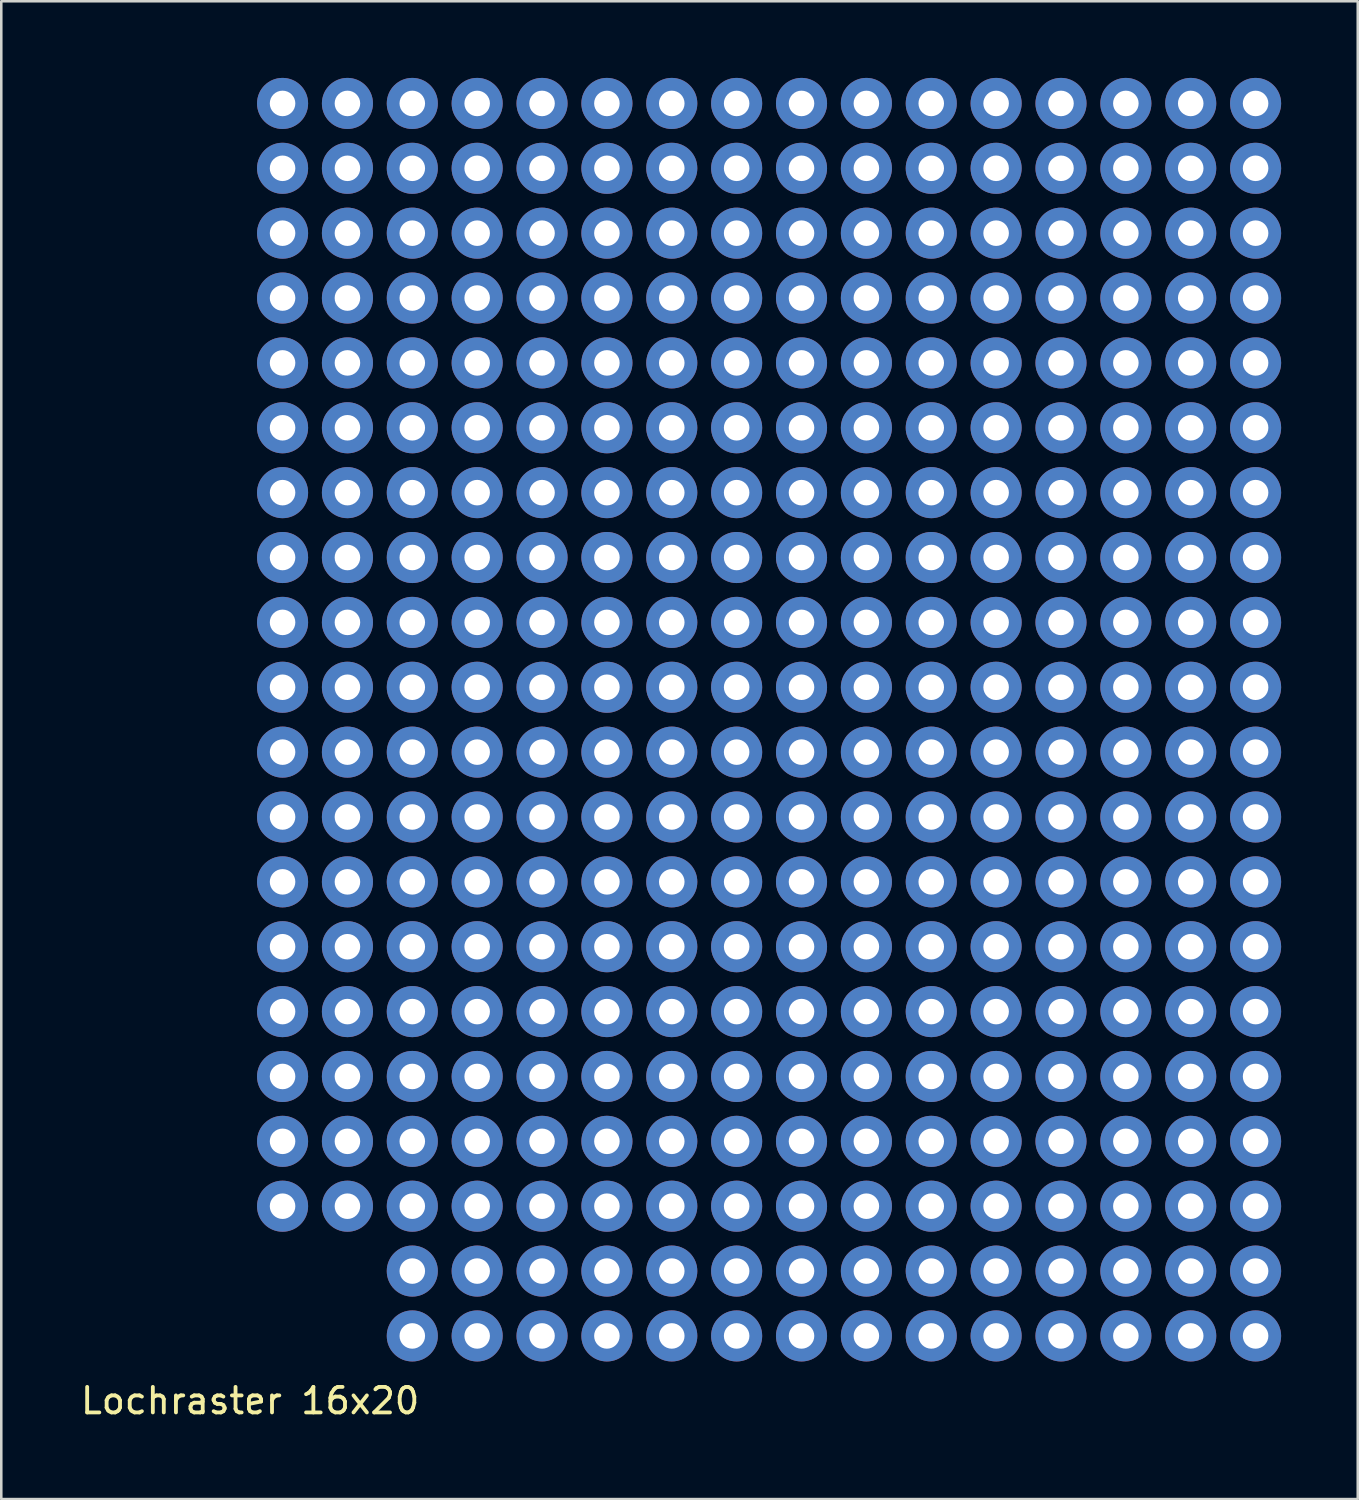
<source format=kicad_pcb>
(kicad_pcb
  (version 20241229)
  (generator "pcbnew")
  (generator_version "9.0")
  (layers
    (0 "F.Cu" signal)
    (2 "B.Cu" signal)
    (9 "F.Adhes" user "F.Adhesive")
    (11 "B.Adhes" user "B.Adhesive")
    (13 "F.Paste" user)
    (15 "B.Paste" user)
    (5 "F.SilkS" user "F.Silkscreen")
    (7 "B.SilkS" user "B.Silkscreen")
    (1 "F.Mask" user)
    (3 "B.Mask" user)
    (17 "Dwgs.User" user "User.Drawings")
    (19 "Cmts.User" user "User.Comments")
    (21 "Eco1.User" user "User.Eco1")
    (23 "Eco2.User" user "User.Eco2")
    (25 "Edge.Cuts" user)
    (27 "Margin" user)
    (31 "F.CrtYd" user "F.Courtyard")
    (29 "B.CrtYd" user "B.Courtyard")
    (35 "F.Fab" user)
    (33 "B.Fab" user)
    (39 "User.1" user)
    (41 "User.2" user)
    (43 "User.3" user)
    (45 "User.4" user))
  (footprint "Lochraster 16x20"
    (layer "F.Cu")
    (at 23.254 23.86)
    (property "Reference" "Lochraster 16x20" (at -16.51 27.94 0) (layer "F.SilkS") (effects (font (size 1 1) (thickness 0.15))))
    (attr through_hole)
    (pad "" thru_hole circle (at -15.24 -22.86) (size 2 2) (drill 1) (layers "*.Cu" "*.Mask"))
    (pad "" thru_hole circle (at -15.24 -20.32) (size 2 2) (drill 1) (layers "*.Cu" "*.Mask"))
    (pad "" thru_hole circle (at -15.24 -17.78) (size 2 2) (drill 1) (layers "*.Cu" "*.Mask"))
    (pad "" thru_hole circle (at -15.24 -15.24) (size 2 2) (drill 1) (layers "*.Cu" "*.Mask"))
    (pad "" thru_hole circle (at -15.24 -12.7) (size 2 2) (drill 1) (layers "*.Cu" "*.Mask"))
    (pad "" thru_hole circle (at -15.24 -10.16) (size 2 2) (drill 1) (layers "*.Cu" "*.Mask"))
    (pad "" thru_hole circle (at -15.24 -7.62) (size 2 2) (drill 1) (layers "*.Cu" "*.Mask"))
    (pad "" thru_hole circle (at -15.24 -5.08) (size 2 2) (drill 1) (layers "*.Cu" "*.Mask"))
    (pad "" thru_hole circle (at -15.24 -2.54) (size 2 2) (drill 1) (layers "*.Cu" "*.Mask"))
    (pad "" thru_hole circle (at -15.24 0) (size 2 2) (drill 1) (layers "*.Cu" "*.Mask"))
    (pad "" thru_hole circle (at -15.24 2.54) (size 2 2) (drill 1) (layers "*.Cu" "*.Mask"))
    (pad "" thru_hole circle (at -15.24 5.08) (size 2 2) (drill 1) (layers "*.Cu" "*.Mask"))
    (pad "" thru_hole circle (at -15.24 7.62) (size 2 2) (drill 1) (layers "*.Cu" "*.Mask"))
    (pad "" thru_hole circle (at -15.24 10.16) (size 2 2) (drill 1) (layers "*.Cu" "*.Mask"))
    (pad "" thru_hole circle (at -15.24 12.7) (size 2 2) (drill 1) (layers "*.Cu" "*.Mask"))
    (pad "" thru_hole circle (at -15.24 15.24) (size 2 2) (drill 1) (layers "*.Cu" "*.Mask"))
    (pad "" thru_hole circle (at -15.24 17.78) (size 2 2) (drill 1) (layers "*.Cu" "*.Mask"))
    (pad "" thru_hole circle (at -15.24 20.32) (size 2 2) (drill 1) (layers "*.Cu" "*.Mask"))
    (pad "" thru_hole circle (at -12.7 -22.86) (size 2 2) (drill 1) (layers "*.Cu" "*.Mask"))
    (pad "" thru_hole circle (at -12.7 -20.32) (size 2 2) (drill 1) (layers "*.Cu" "*.Mask"))
    (pad "" thru_hole circle (at -12.7 -17.78) (size 2 2) (drill 1) (layers "*.Cu" "*.Mask"))
    (pad "" thru_hole circle (at -12.7 -15.24) (size 2 2) (drill 1) (layers "*.Cu" "*.Mask"))
    (pad "" thru_hole circle (at -12.7 -12.7) (size 2 2) (drill 1) (layers "*.Cu" "*.Mask"))
    (pad "" thru_hole circle (at -12.7 -10.16) (size 2 2) (drill 1) (layers "*.Cu" "*.Mask"))
    (pad "" thru_hole circle (at -12.7 -7.62) (size 2 2) (drill 1) (layers "*.Cu" "*.Mask"))
    (pad "" thru_hole circle (at -12.7 -5.08) (size 2 2) (drill 1) (layers "*.Cu" "*.Mask"))
    (pad "" thru_hole circle (at -12.7 -2.54) (size 2 2) (drill 1) (layers "*.Cu" "*.Mask"))
    (pad "" thru_hole circle (at -12.7 0) (size 2 2) (drill 1) (layers "*.Cu" "*.Mask"))
    (pad "" thru_hole circle (at -12.7 2.54) (size 2 2) (drill 1) (layers "*.Cu" "*.Mask"))
    (pad "" thru_hole circle (at -12.7 5.08) (size 2 2) (drill 1) (layers "*.Cu" "*.Mask"))
    (pad "" thru_hole circle (at -12.7 7.62) (size 2 2) (drill 1) (layers "*.Cu" "*.Mask"))
    (pad "" thru_hole circle (at -12.7 10.16) (size 2 2) (drill 1) (layers "*.Cu" "*.Mask"))
    (pad "" thru_hole circle (at -12.7 12.7) (size 2 2) (drill 1) (layers "*.Cu" "*.Mask"))
    (pad "" thru_hole circle (at -12.7 15.24) (size 2 2) (drill 1) (layers "*.Cu" "*.Mask"))
    (pad "" thru_hole circle (at -12.7 17.78) (size 2 2) (drill 1) (layers "*.Cu" "*.Mask"))
    (pad "" thru_hole circle (at -12.7 20.32) (size 2 2) (drill 1) (layers "*.Cu" "*.Mask"))
    (pad "" thru_hole circle (at -10.16 -22.86) (size 2 2) (drill 1) (layers "*.Cu" "*.Mask"))
    (pad "" thru_hole circle (at -10.16 -20.32) (size 2 2) (drill 1) (layers "*.Cu" "*.Mask"))
    (pad "" thru_hole circle (at -10.16 -17.78) (size 2 2) (drill 1) (layers "*.Cu" "*.Mask"))
    (pad "" thru_hole circle (at -10.16 -15.24) (size 2 2) (drill 1) (layers "*.Cu" "*.Mask"))
    (pad "" thru_hole circle (at -10.16 -12.7) (size 2 2) (drill 1) (layers "*.Cu" "*.Mask"))
    (pad "" thru_hole circle (at -10.16 -10.16) (size 2 2) (drill 1) (layers "*.Cu" "*.Mask"))
    (pad "" thru_hole circle (at -10.16 -7.62) (size 2 2) (drill 1) (layers "*.Cu" "*.Mask"))
    (pad "" thru_hole circle (at -10.16 -5.08) (size 2 2) (drill 1) (layers "*.Cu" "*.Mask"))
    (pad "" thru_hole circle (at -10.16 -2.54) (size 2 2) (drill 1) (layers "*.Cu" "*.Mask"))
    (pad "" thru_hole circle (at -10.16 0) (size 2 2) (drill 1) (layers "*.Cu" "*.Mask"))
    (pad "" thru_hole circle (at -10.16 2.54) (size 2 2) (drill 1) (layers "*.Cu" "*.Mask"))
    (pad "" thru_hole circle (at -10.16 5.08) (size 2 2) (drill 1) (layers "*.Cu" "*.Mask"))
    (pad "" thru_hole circle (at -10.16 7.62) (size 2 2) (drill 1) (layers "*.Cu" "*.Mask"))
    (pad "" thru_hole circle (at -10.16 10.16) (size 2 2) (drill 1) (layers "*.Cu" "*.Mask"))
    (pad "" thru_hole circle (at -10.16 12.7) (size 2 2) (drill 1) (layers "*.Cu" "*.Mask"))
    (pad "" thru_hole circle (at -10.16 15.24) (size 2 2) (drill 1) (layers "*.Cu" "*.Mask"))
    (pad "" thru_hole circle (at -10.16 17.78) (size 2 2) (drill 1) (layers "*.Cu" "*.Mask"))
    (pad "" thru_hole circle (at -10.16 20.32) (size 2 2) (drill 1) (layers "*.Cu" "*.Mask"))
    (pad "" thru_hole circle (at -10.16 22.86) (size 2 2) (drill 1) (layers "*.Cu" "*.Mask"))
    (pad "" thru_hole circle (at -10.16 25.4) (size 2 2) (drill 1) (layers "*.Cu" "*.Mask"))
    (pad "" thru_hole circle (at -7.62 -22.86) (size 2 2) (drill 1) (layers "*.Cu" "*.Mask"))
    (pad "" thru_hole circle (at -7.62 -20.32) (size 2 2) (drill 1) (layers "*.Cu" "*.Mask"))
    (pad "" thru_hole circle (at -7.62 -17.78) (size 2 2) (drill 1) (layers "*.Cu" "*.Mask"))
    (pad "" thru_hole circle (at -7.62 -15.24) (size 2 2) (drill 1) (layers "*.Cu" "*.Mask"))
    (pad "" thru_hole circle (at -7.62 -12.7) (size 2 2) (drill 1) (layers "*.Cu" "*.Mask"))
    (pad "" thru_hole circle (at -7.62 -10.16) (size 2 2) (drill 1) (layers "*.Cu" "*.Mask"))
    (pad "" thru_hole circle (at -7.62 -7.62) (size 2 2) (drill 1) (layers "*.Cu" "*.Mask"))
    (pad "" thru_hole circle (at -7.62 -5.08) (size 2 2) (drill 1) (layers "*.Cu" "*.Mask"))
    (pad "" thru_hole circle (at -7.62 -2.54) (size 2 2) (drill 1) (layers "*.Cu" "*.Mask"))
    (pad "" thru_hole circle (at -7.62 0) (size 2 2) (drill 1) (layers "*.Cu" "*.Mask"))
    (pad "" thru_hole circle (at -7.62 2.54) (size 2 2) (drill 1) (layers "*.Cu" "*.Mask"))
    (pad "" thru_hole circle (at -7.62 5.08) (size 2 2) (drill 1) (layers "*.Cu" "*.Mask"))
    (pad "" thru_hole circle (at -7.62 7.62) (size 2 2) (drill 1) (layers "*.Cu" "*.Mask"))
    (pad "" thru_hole circle (at -7.62 10.16) (size 2 2) (drill 1) (layers "*.Cu" "*.Mask"))
    (pad "" thru_hole circle (at -7.62 12.7) (size 2 2) (drill 1) (layers "*.Cu" "*.Mask"))
    (pad "" thru_hole circle (at -7.62 15.24) (size 2 2) (drill 1) (layers "*.Cu" "*.Mask"))
    (pad "" thru_hole circle (at -7.62 17.78) (size 2 2) (drill 1) (layers "*.Cu" "*.Mask"))
    (pad "" thru_hole circle (at -7.62 20.32) (size 2 2) (drill 1) (layers "*.Cu" "*.Mask"))
    (pad "" thru_hole circle (at -7.62 22.86) (size 2 2) (drill 1) (layers "*.Cu" "*.Mask"))
    (pad "" thru_hole circle (at -7.62 25.4) (size 2 2) (drill 1) (layers "*.Cu" "*.Mask"))
    (pad "" thru_hole circle (at -5.08 -22.86) (size 2 2) (drill 1) (layers "*.Cu" "*.Mask"))
    (pad "" thru_hole circle (at -5.08 -20.32) (size 2 2) (drill 1) (layers "*.Cu" "*.Mask"))
    (pad "" thru_hole circle (at -5.08 -17.78) (size 2 2) (drill 1) (layers "*.Cu" "*.Mask"))
    (pad "" thru_hole circle (at -5.08 -15.24) (size 2 2) (drill 1) (layers "*.Cu" "*.Mask"))
    (pad "" thru_hole circle (at -5.08 -12.7) (size 2 2) (drill 1) (layers "*.Cu" "*.Mask"))
    (pad "" thru_hole circle (at -5.08 -10.16) (size 2 2) (drill 1) (layers "*.Cu" "*.Mask"))
    (pad "" thru_hole circle (at -5.08 -7.62) (size 2 2) (drill 1) (layers "*.Cu" "*.Mask"))
    (pad "" thru_hole circle (at -5.08 -5.08) (size 2 2) (drill 1) (layers "*.Cu" "*.Mask"))
    (pad "" thru_hole circle (at -5.08 -2.54) (size 2 2) (drill 1) (layers "*.Cu" "*.Mask"))
    (pad "" thru_hole circle (at -5.08 0) (size 2 2) (drill 1) (layers "*.Cu" "*.Mask"))
    (pad "" thru_hole circle (at -5.08 2.54) (size 2 2) (drill 1) (layers "*.Cu" "*.Mask"))
    (pad "" thru_hole circle (at -5.08 5.08) (size 2 2) (drill 1) (layers "*.Cu" "*.Mask"))
    (pad "" thru_hole circle (at -5.08 7.62) (size 2 2) (drill 1) (layers "*.Cu" "*.Mask"))
    (pad "" thru_hole circle (at -5.08 10.16) (size 2 2) (drill 1) (layers "*.Cu" "*.Mask"))
    (pad "" thru_hole circle (at -5.08 12.7) (size 2 2) (drill 1) (layers "*.Cu" "*.Mask"))
    (pad "" thru_hole circle (at -5.08 15.24) (size 2 2) (drill 1) (layers "*.Cu" "*.Mask"))
    (pad "" thru_hole circle (at -5.08 17.78) (size 2 2) (drill 1) (layers "*.Cu" "*.Mask"))
    (pad "" thru_hole circle (at -5.08 20.32) (size 2 2) (drill 1) (layers "*.Cu" "*.Mask"))
    (pad "" thru_hole circle (at -5.08 22.86) (size 2 2) (drill 1) (layers "*.Cu" "*.Mask"))
    (pad "" thru_hole circle (at -5.08 25.4) (size 2 2) (drill 1) (layers "*.Cu" "*.Mask"))
    (pad "" thru_hole circle (at -2.54 -22.86) (size 2 2) (drill 1) (layers "*.Cu" "*.Mask"))
    (pad "" thru_hole circle (at -2.54 -20.32) (size 2 2) (drill 1) (layers "*.Cu" "*.Mask"))
    (pad "" thru_hole circle (at -2.54 -17.78) (size 2 2) (drill 1) (layers "*.Cu" "*.Mask"))
    (pad "" thru_hole circle (at -2.54 -15.24) (size 2 2) (drill 1) (layers "*.Cu" "*.Mask"))
    (pad "" thru_hole circle (at -2.54 -12.7) (size 2 2) (drill 1) (layers "*.Cu" "*.Mask"))
    (pad "" thru_hole circle (at -2.54 -10.16) (size 2 2) (drill 1) (layers "*.Cu" "*.Mask"))
    (pad "" thru_hole circle (at -2.54 -7.62) (size 2 2) (drill 1) (layers "*.Cu" "*.Mask"))
    (pad "" thru_hole circle (at -2.54 -5.08) (size 2 2) (drill 1) (layers "*.Cu" "*.Mask"))
    (pad "" thru_hole circle (at -2.54 -2.54) (size 2 2) (drill 1) (layers "*.Cu" "*.Mask"))
    (pad "" thru_hole circle (at -2.54 0) (size 2 2) (drill 1) (layers "*.Cu" "*.Mask"))
    (pad "" thru_hole circle (at -2.54 2.54) (size 2 2) (drill 1) (layers "*.Cu" "*.Mask"))
    (pad "" thru_hole circle (at -2.54 5.08) (size 2 2) (drill 1) (layers "*.Cu" "*.Mask"))
    (pad "" thru_hole circle (at -2.54 7.62) (size 2 2) (drill 1) (layers "*.Cu" "*.Mask"))
    (pad "" thru_hole circle (at -2.54 10.16) (size 2 2) (drill 1) (layers "*.Cu" "*.Mask"))
    (pad "" thru_hole circle (at -2.54 12.7) (size 2 2) (drill 1) (layers "*.Cu" "*.Mask"))
    (pad "" thru_hole circle (at -2.54 15.24) (size 2 2) (drill 1) (layers "*.Cu" "*.Mask"))
    (pad "" thru_hole circle (at -2.54 17.78) (size 2 2) (drill 1) (layers "*.Cu" "*.Mask"))
    (pad "" thru_hole circle (at -2.54 20.32) (size 2 2) (drill 1) (layers "*.Cu" "*.Mask"))
    (pad "" thru_hole circle (at -2.54 22.86) (size 2 2) (drill 1) (layers "*.Cu" "*.Mask"))
    (pad "" thru_hole circle (at -2.54 25.4) (size 2 2) (drill 1) (layers "*.Cu" "*.Mask"))
    (pad "" thru_hole circle (at 0 -22.86) (size 2 2) (drill 1) (layers "*.Cu" "*.Mask"))
    (pad "" thru_hole circle (at 0 -20.32) (size 2 2) (drill 1) (layers "*.Cu" "*.Mask"))
    (pad "" thru_hole circle (at 0 -17.78) (size 2 2) (drill 1) (layers "*.Cu" "*.Mask"))
    (pad "" thru_hole circle (at 0 -15.24) (size 2 2) (drill 1) (layers "*.Cu" "*.Mask"))
    (pad "" thru_hole circle (at 0 -12.7) (size 2 2) (drill 1) (layers "*.Cu" "*.Mask"))
    (pad "" thru_hole circle (at 0 -10.16) (size 2 2) (drill 1) (layers "*.Cu" "*.Mask"))
    (pad "" thru_hole circle (at 0 -7.62) (size 2 2) (drill 1) (layers "*.Cu" "*.Mask"))
    (pad "" thru_hole circle (at 0 -5.08) (size 2 2) (drill 1) (layers "*.Cu" "*.Mask"))
    (pad "" thru_hole circle (at 0 -2.54) (size 2 2) (drill 1) (layers "*.Cu" "*.Mask"))
    (pad "" thru_hole circle (at 0 0) (size 2 2) (drill 1) (layers "*.Cu" "*.Mask"))
    (pad "" thru_hole circle (at 0 2.54) (size 2 2) (drill 1) (layers "*.Cu" "*.Mask"))
    (pad "" thru_hole circle (at 0 5.08) (size 2 2) (drill 1) (layers "*.Cu" "*.Mask"))
    (pad "" thru_hole circle (at 0 7.62) (size 2 2) (drill 1) (layers "*.Cu" "*.Mask"))
    (pad "" thru_hole circle (at 0 10.16) (size 2 2) (drill 1) (layers "*.Cu" "*.Mask"))
    (pad "" thru_hole circle (at 0 12.7) (size 2 2) (drill 1) (layers "*.Cu" "*.Mask"))
    (pad "" thru_hole circle (at 0 15.24) (size 2 2) (drill 1) (layers "*.Cu" "*.Mask"))
    (pad "" thru_hole circle (at 0 17.78) (size 2 2) (drill 1) (layers "*.Cu" "*.Mask"))
    (pad "" thru_hole circle (at 0 20.32) (size 2 2) (drill 1) (layers "*.Cu" "*.Mask"))
    (pad "" thru_hole circle (at 0 22.86) (size 2 2) (drill 1) (layers "*.Cu" "*.Mask"))
    (pad "" thru_hole circle (at 0 25.4) (size 2 2) (drill 1) (layers "*.Cu" "*.Mask"))
    (pad "" thru_hole circle (at 2.54 -22.86) (size 2 2) (drill 1) (layers "*.Cu" "*.Mask"))
    (pad "" thru_hole circle (at 2.54 -20.32) (size 2 2) (drill 1) (layers "*.Cu" "*.Mask"))
    (pad "" thru_hole circle (at 2.54 -17.78) (size 2 2) (drill 1) (layers "*.Cu" "*.Mask"))
    (pad "" thru_hole circle (at 2.54 -15.24) (size 2 2) (drill 1) (layers "*.Cu" "*.Mask"))
    (pad "" thru_hole circle (at 2.54 -12.7) (size 2 2) (drill 1) (layers "*.Cu" "*.Mask"))
    (pad "" thru_hole circle (at 2.54 -10.16) (size 2 2) (drill 1) (layers "*.Cu" "*.Mask"))
    (pad "" thru_hole circle (at 2.54 -7.62) (size 2 2) (drill 1) (layers "*.Cu" "*.Mask"))
    (pad "" thru_hole circle (at 2.54 -5.08) (size 2 2) (drill 1) (layers "*.Cu" "*.Mask"))
    (pad "" thru_hole circle (at 2.54 -2.54) (size 2 2) (drill 1) (layers "*.Cu" "*.Mask"))
    (pad "" thru_hole circle (at 2.54 0) (size 2 2) (drill 1) (layers "*.Cu" "*.Mask"))
    (pad "" thru_hole circle (at 2.54 2.54) (size 2 2) (drill 1) (layers "*.Cu" "*.Mask"))
    (pad "" thru_hole circle (at 2.54 5.08) (size 2 2) (drill 1) (layers "*.Cu" "*.Mask"))
    (pad "" thru_hole circle (at 2.54 7.62) (size 2 2) (drill 1) (layers "*.Cu" "*.Mask"))
    (pad "" thru_hole circle (at 2.54 10.16) (size 2 2) (drill 1) (layers "*.Cu" "*.Mask"))
    (pad "" thru_hole circle (at 2.54 12.7) (size 2 2) (drill 1) (layers "*.Cu" "*.Mask"))
    (pad "" thru_hole circle (at 2.54 15.24) (size 2 2) (drill 1) (layers "*.Cu" "*.Mask"))
    (pad "" thru_hole circle (at 2.54 17.78) (size 2 2) (drill 1) (layers "*.Cu" "*.Mask"))
    (pad "" thru_hole circle (at 2.54 20.32) (size 2 2) (drill 1) (layers "*.Cu" "*.Mask"))
    (pad "" thru_hole circle (at 2.54 22.86) (size 2 2) (drill 1) (layers "*.Cu" "*.Mask"))
    (pad "" thru_hole circle (at 2.54 25.4) (size 2 2) (drill 1) (layers "*.Cu" "*.Mask"))
    (pad "" thru_hole circle (at 5.08 -22.86) (size 2 2) (drill 1) (layers "*.Cu" "*.Mask"))
    (pad "" thru_hole circle (at 5.08 -20.32) (size 2 2) (drill 1) (layers "*.Cu" "*.Mask"))
    (pad "" thru_hole circle (at 5.08 -17.78) (size 2 2) (drill 1) (layers "*.Cu" "*.Mask"))
    (pad "" thru_hole circle (at 5.08 -15.24) (size 2 2) (drill 1) (layers "*.Cu" "*.Mask"))
    (pad "" thru_hole circle (at 5.08 -12.7) (size 2 2) (drill 1) (layers "*.Cu" "*.Mask"))
    (pad "" thru_hole circle (at 5.08 -10.16) (size 2 2) (drill 1) (layers "*.Cu" "*.Mask"))
    (pad "" thru_hole circle (at 5.08 -7.62) (size 2 2) (drill 1) (layers "*.Cu" "*.Mask"))
    (pad "" thru_hole circle (at 5.08 -5.08) (size 2 2) (drill 1) (layers "*.Cu" "*.Mask"))
    (pad "" thru_hole circle (at 5.08 -2.54) (size 2 2) (drill 1) (layers "*.Cu" "*.Mask"))
    (pad "" thru_hole circle (at 5.08 0) (size 2 2) (drill 1) (layers "*.Cu" "*.Mask"))
    (pad "" thru_hole circle (at 5.08 2.54) (size 2 2) (drill 1) (layers "*.Cu" "*.Mask"))
    (pad "" thru_hole circle (at 5.08 5.08) (size 2 2) (drill 1) (layers "*.Cu" "*.Mask"))
    (pad "" thru_hole circle (at 5.08 7.62) (size 2 2) (drill 1) (layers "*.Cu" "*.Mask"))
    (pad "" thru_hole circle (at 5.08 10.16) (size 2 2) (drill 1) (layers "*.Cu" "*.Mask"))
    (pad "" thru_hole circle (at 5.08 12.7) (size 2 2) (drill 1) (layers "*.Cu" "*.Mask"))
    (pad "" thru_hole circle (at 5.08 15.24) (size 2 2) (drill 1) (layers "*.Cu" "*.Mask"))
    (pad "" thru_hole circle (at 5.08 17.78) (size 2 2) (drill 1) (layers "*.Cu" "*.Mask"))
    (pad "" thru_hole circle (at 5.08 20.32) (size 2 2) (drill 1) (layers "*.Cu" "*.Mask"))
    (pad "" thru_hole circle (at 5.08 22.86) (size 2 2) (drill 1) (layers "*.Cu" "*.Mask"))
    (pad "" thru_hole circle (at 5.08 25.4) (size 2 2) (drill 1) (layers "*.Cu" "*.Mask"))
    (pad "" thru_hole circle (at 7.62 -22.86) (size 2 2) (drill 1) (layers "*.Cu" "*.Mask"))
    (pad "" thru_hole circle (at 7.62 -20.32) (size 2 2) (drill 1) (layers "*.Cu" "*.Mask"))
    (pad "" thru_hole circle (at 7.62 -17.78) (size 2 2) (drill 1) (layers "*.Cu" "*.Mask"))
    (pad "" thru_hole circle (at 7.62 -15.24) (size 2 2) (drill 1) (layers "*.Cu" "*.Mask"))
    (pad "" thru_hole circle (at 7.62 -12.7) (size 2 2) (drill 1) (layers "*.Cu" "*.Mask"))
    (pad "" thru_hole circle (at 7.62 -10.16) (size 2 2) (drill 1) (layers "*.Cu" "*.Mask"))
    (pad "" thru_hole circle (at 7.62 -7.62) (size 2 2) (drill 1) (layers "*.Cu" "*.Mask"))
    (pad "" thru_hole circle (at 7.62 -5.08) (size 2 2) (drill 1) (layers "*.Cu" "*.Mask"))
    (pad "" thru_hole circle (at 7.62 -2.54) (size 2 2) (drill 1) (layers "*.Cu" "*.Mask"))
    (pad "" thru_hole circle (at 7.62 0) (size 2 2) (drill 1) (layers "*.Cu" "*.Mask"))
    (pad "" thru_hole circle (at 7.62 2.54) (size 2 2) (drill 1) (layers "*.Cu" "*.Mask"))
    (pad "" thru_hole circle (at 7.62 5.08) (size 2 2) (drill 1) (layers "*.Cu" "*.Mask"))
    (pad "" thru_hole circle (at 7.62 7.62) (size 2 2) (drill 1) (layers "*.Cu" "*.Mask"))
    (pad "" thru_hole circle (at 7.62 10.16) (size 2 2) (drill 1) (layers "*.Cu" "*.Mask"))
    (pad "" thru_hole circle (at 7.62 12.7) (size 2 2) (drill 1) (layers "*.Cu" "*.Mask"))
    (pad "" thru_hole circle (at 7.62 15.24) (size 2 2) (drill 1) (layers "*.Cu" "*.Mask"))
    (pad "" thru_hole circle (at 7.62 17.78) (size 2 2) (drill 1) (layers "*.Cu" "*.Mask"))
    (pad "" thru_hole circle (at 7.62 20.32) (size 2 2) (drill 1) (layers "*.Cu" "*.Mask"))
    (pad "" thru_hole circle (at 7.62 22.86) (size 2 2) (drill 1) (layers "*.Cu" "*.Mask"))
    (pad "" thru_hole circle (at 7.62 25.4) (size 2 2) (drill 1) (layers "*.Cu" "*.Mask"))
    (pad "" thru_hole circle (at 10.16 -22.86) (size 2 2) (drill 1) (layers "*.Cu" "*.Mask"))
    (pad "" thru_hole circle (at 10.16 -20.32) (size 2 2) (drill 1) (layers "*.Cu" "*.Mask"))
    (pad "" thru_hole circle (at 10.16 -17.78) (size 2 2) (drill 1) (layers "*.Cu" "*.Mask"))
    (pad "" thru_hole circle (at 10.16 -15.24) (size 2 2) (drill 1) (layers "*.Cu" "*.Mask"))
    (pad "" thru_hole circle (at 10.16 -12.7) (size 2 2) (drill 1) (layers "*.Cu" "*.Mask"))
    (pad "" thru_hole circle (at 10.16 -10.16) (size 2 2) (drill 1) (layers "*.Cu" "*.Mask"))
    (pad "" thru_hole circle (at 10.16 -7.62) (size 2 2) (drill 1) (layers "*.Cu" "*.Mask"))
    (pad "" thru_hole circle (at 10.16 -5.08) (size 2 2) (drill 1) (layers "*.Cu" "*.Mask"))
    (pad "" thru_hole circle (at 10.16 -2.54) (size 2 2) (drill 1) (layers "*.Cu" "*.Mask"))
    (pad "" thru_hole circle (at 10.16 0) (size 2 2) (drill 1) (layers "*.Cu" "*.Mask"))
    (pad "" thru_hole circle (at 10.16 2.54) (size 2 2) (drill 1) (layers "*.Cu" "*.Mask"))
    (pad "" thru_hole circle (at 10.16 5.08) (size 2 2) (drill 1) (layers "*.Cu" "*.Mask"))
    (pad "" thru_hole circle (at 10.16 7.62) (size 2 2) (drill 1) (layers "*.Cu" "*.Mask"))
    (pad "" thru_hole circle (at 10.16 10.16) (size 2 2) (drill 1) (layers "*.Cu" "*.Mask"))
    (pad "" thru_hole circle (at 10.16 12.7) (size 2 2) (drill 1) (layers "*.Cu" "*.Mask"))
    (pad "" thru_hole circle (at 10.16 15.24) (size 2 2) (drill 1) (layers "*.Cu" "*.Mask"))
    (pad "" thru_hole circle (at 10.16 17.78) (size 2 2) (drill 1) (layers "*.Cu" "*.Mask"))
    (pad "" thru_hole circle (at 10.16 20.32) (size 2 2) (drill 1) (layers "*.Cu" "*.Mask"))
    (pad "" thru_hole circle (at 10.16 22.86) (size 2 2) (drill 1) (layers "*.Cu" "*.Mask"))
    (pad "" thru_hole circle (at 10.16 25.4) (size 2 2) (drill 1) (layers "*.Cu" "*.Mask"))
    (pad "" thru_hole circle (at 12.7 -22.86) (size 2 2) (drill 1) (layers "*.Cu" "*.Mask"))
    (pad "" thru_hole circle (at 12.7 -20.32) (size 2 2) (drill 1) (layers "*.Cu" "*.Mask"))
    (pad "" thru_hole circle (at 12.7 -17.78) (size 2 2) (drill 1) (layers "*.Cu" "*.Mask"))
    (pad "" thru_hole circle (at 12.7 -15.24) (size 2 2) (drill 1) (layers "*.Cu" "*.Mask"))
    (pad "" thru_hole circle (at 12.7 -12.7) (size 2 2) (drill 1) (layers "*.Cu" "*.Mask"))
    (pad "" thru_hole circle (at 12.7 -10.16) (size 2 2) (drill 1) (layers "*.Cu" "*.Mask"))
    (pad "" thru_hole circle (at 12.7 -7.62) (size 2 2) (drill 1) (layers "*.Cu" "*.Mask"))
    (pad "" thru_hole circle (at 12.7 -5.08) (size 2 2) (drill 1) (layers "*.Cu" "*.Mask"))
    (pad "" thru_hole circle (at 12.7 -2.54) (size 2 2) (drill 1) (layers "*.Cu" "*.Mask"))
    (pad "" thru_hole circle (at 12.7 0) (size 2 2) (drill 1) (layers "*.Cu" "*.Mask"))
    (pad "" thru_hole circle (at 12.7 2.54) (size 2 2) (drill 1) (layers "*.Cu" "*.Mask"))
    (pad "" thru_hole circle (at 12.7 5.08) (size 2 2) (drill 1) (layers "*.Cu" "*.Mask"))
    (pad "" thru_hole circle (at 12.7 7.62) (size 2 2) (drill 1) (layers "*.Cu" "*.Mask"))
    (pad "" thru_hole circle (at 12.7 10.16) (size 2 2) (drill 1) (layers "*.Cu" "*.Mask"))
    (pad "" thru_hole circle (at 12.7 12.7) (size 2 2) (drill 1) (layers "*.Cu" "*.Mask"))
    (pad "" thru_hole circle (at 12.7 15.24) (size 2 2) (drill 1) (layers "*.Cu" "*.Mask"))
    (pad "" thru_hole circle (at 12.7 17.78) (size 2 2) (drill 1) (layers "*.Cu" "*.Mask"))
    (pad "" thru_hole circle (at 12.7 20.32) (size 2 2) (drill 1) (layers "*.Cu" "*.Mask"))
    (pad "" thru_hole circle (at 12.7 22.86) (size 2 2) (drill 1) (layers "*.Cu" "*.Mask"))
    (pad "" thru_hole circle (at 12.7 25.4) (size 2 2) (drill 1) (layers "*.Cu" "*.Mask"))
    (pad "" thru_hole circle (at 15.24 -22.86) (size 2 2) (drill 1) (layers "*.Cu" "*.Mask"))
    (pad "" thru_hole circle (at 15.24 -20.32) (size 2 2) (drill 1) (layers "*.Cu" "*.Mask"))
    (pad "" thru_hole circle (at 15.24 -17.78) (size 2 2) (drill 1) (layers "*.Cu" "*.Mask"))
    (pad "" thru_hole circle (at 15.24 -15.24) (size 2 2) (drill 1) (layers "*.Cu" "*.Mask"))
    (pad "" thru_hole circle (at 15.24 -12.7) (size 2 2) (drill 1) (layers "*.Cu" "*.Mask"))
    (pad "" thru_hole circle (at 15.24 -10.16) (size 2 2) (drill 1) (layers "*.Cu" "*.Mask"))
    (pad "" thru_hole circle (at 15.24 -7.62) (size 2 2) (drill 1) (layers "*.Cu" "*.Mask"))
    (pad "" thru_hole circle (at 15.24 -5.08) (size 2 2) (drill 1) (layers "*.Cu" "*.Mask"))
    (pad "" thru_hole circle (at 15.24 -2.54) (size 2 2) (drill 1) (layers "*.Cu" "*.Mask"))
    (pad "" thru_hole circle (at 15.24 0) (size 2 2) (drill 1) (layers "*.Cu" "*.Mask"))
    (pad "" thru_hole circle (at 15.24 2.54) (size 2 2) (drill 1) (layers "*.Cu" "*.Mask"))
    (pad "" thru_hole circle (at 15.24 5.08) (size 2 2) (drill 1) (layers "*.Cu" "*.Mask"))
    (pad "" thru_hole circle (at 15.24 7.62) (size 2 2) (drill 1) (layers "*.Cu" "*.Mask"))
    (pad "" thru_hole circle (at 15.24 10.16) (size 2 2) (drill 1) (layers "*.Cu" "*.Mask"))
    (pad "" thru_hole circle (at 15.24 12.7) (size 2 2) (drill 1) (layers "*.Cu" "*.Mask"))
    (pad "" thru_hole circle (at 15.24 15.24) (size 2 2) (drill 1) (layers "*.Cu" "*.Mask"))
    (pad "" thru_hole circle (at 15.24 17.78) (size 2 2) (drill 1) (layers "*.Cu" "*.Mask"))
    (pad "" thru_hole circle (at 15.24 20.32) (size 2 2) (drill 1) (layers "*.Cu" "*.Mask"))
    (pad "" thru_hole circle (at 15.24 22.86) (size 2 2) (drill 1) (layers "*.Cu" "*.Mask"))
    (pad "" thru_hole circle (at 15.24 25.4) (size 2 2) (drill 1) (layers "*.Cu" "*.Mask"))
    (pad "" thru_hole circle (at 17.78 -22.86) (size 2 2) (drill 1) (layers "*.Cu" "*.Mask"))
    (pad "" thru_hole circle (at 17.78 -20.32) (size 2 2) (drill 1) (layers "*.Cu" "*.Mask"))
    (pad "" thru_hole circle (at 17.78 -17.78) (size 2 2) (drill 1) (layers "*.Cu" "*.Mask"))
    (pad "" thru_hole circle (at 17.78 -15.24) (size 2 2) (drill 1) (layers "*.Cu" "*.Mask"))
    (pad "" thru_hole circle (at 17.78 -12.7) (size 2 2) (drill 1) (layers "*.Cu" "*.Mask"))
    (pad "" thru_hole circle (at 17.78 -10.16) (size 2 2) (drill 1) (layers "*.Cu" "*.Mask"))
    (pad "" thru_hole circle (at 17.78 -7.62) (size 2 2) (drill 1) (layers "*.Cu" "*.Mask"))
    (pad "" thru_hole circle (at 17.78 -5.08) (size 2 2) (drill 1) (layers "*.Cu" "*.Mask"))
    (pad "" thru_hole circle (at 17.78 -2.54) (size 2 2) (drill 1) (layers "*.Cu" "*.Mask"))
    (pad "" thru_hole circle (at 17.78 0) (size 2 2) (drill 1) (layers "*.Cu" "*.Mask"))
    (pad "" thru_hole circle (at 17.78 2.54) (size 2 2) (drill 1) (layers "*.Cu" "*.Mask"))
    (pad "" thru_hole circle (at 17.78 5.08) (size 2 2) (drill 1) (layers "*.Cu" "*.Mask"))
    (pad "" thru_hole circle (at 17.78 7.62) (size 2 2) (drill 1) (layers "*.Cu" "*.Mask"))
    (pad "" thru_hole circle (at 17.78 10.16) (size 2 2) (drill 1) (layers "*.Cu" "*.Mask"))
    (pad "" thru_hole circle (at 17.78 12.7) (size 2 2) (drill 1) (layers "*.Cu" "*.Mask"))
    (pad "" thru_hole circle (at 17.78 15.24) (size 2 2) (drill 1) (layers "*.Cu" "*.Mask"))
    (pad "" thru_hole circle (at 17.78 17.78) (size 2 2) (drill 1) (layers "*.Cu" "*.Mask"))
    (pad "" thru_hole circle (at 17.78 20.32) (size 2 2) (drill 1) (layers "*.Cu" "*.Mask"))
    (pad "" thru_hole circle (at 17.78 22.86) (size 2 2) (drill 1) (layers "*.Cu" "*.Mask"))
    (pad "" thru_hole circle (at 17.78 25.4) (size 2 2) (drill 1) (layers "*.Cu" "*.Mask"))
    (pad "" thru_hole circle (at 20.32 -22.86) (size 2 2) (drill 1) (layers "*.Cu" "*.Mask"))
    (pad "" thru_hole circle (at 20.32 -20.32) (size 2 2) (drill 1) (layers "*.Cu" "*.Mask"))
    (pad "" thru_hole circle (at 20.32 -17.78) (size 2 2) (drill 1) (layers "*.Cu" "*.Mask"))
    (pad "" thru_hole circle (at 20.32 -15.24) (size 2 2) (drill 1) (layers "*.Cu" "*.Mask"))
    (pad "" thru_hole circle (at 20.32 -12.7) (size 2 2) (drill 1) (layers "*.Cu" "*.Mask"))
    (pad "" thru_hole circle (at 20.32 -10.16) (size 2 2) (drill 1) (layers "*.Cu" "*.Mask"))
    (pad "" thru_hole circle (at 20.32 -7.62) (size 2 2) (drill 1) (layers "*.Cu" "*.Mask"))
    (pad "" thru_hole circle (at 20.32 -5.08) (size 2 2) (drill 1) (layers "*.Cu" "*.Mask"))
    (pad "" thru_hole circle (at 20.32 -2.54) (size 2 2) (drill 1) (layers "*.Cu" "*.Mask"))
    (pad "" thru_hole circle (at 20.32 0) (size 2 2) (drill 1) (layers "*.Cu" "*.Mask"))
    (pad "" thru_hole circle (at 20.32 2.54) (size 2 2) (drill 1) (layers "*.Cu" "*.Mask"))
    (pad "" thru_hole circle (at 20.32 5.08) (size 2 2) (drill 1) (layers "*.Cu" "*.Mask"))
    (pad "" thru_hole circle (at 20.32 7.62) (size 2 2) (drill 1) (layers "*.Cu" "*.Mask"))
    (pad "" thru_hole circle (at 20.32 10.16) (size 2 2) (drill 1) (layers "*.Cu" "*.Mask"))
    (pad "" thru_hole circle (at 20.32 12.7) (size 2 2) (drill 1) (layers "*.Cu" "*.Mask"))
    (pad "" thru_hole circle (at 20.32 15.24) (size 2 2) (drill 1) (layers "*.Cu" "*.Mask"))
    (pad "" thru_hole circle (at 20.32 17.78) (size 2 2) (drill 1) (layers "*.Cu" "*.Mask"))
    (pad "" thru_hole circle (at 20.32 20.32) (size 2 2) (drill 1) (layers "*.Cu" "*.Mask"))
    (pad "" thru_hole circle (at 20.32 22.86) (size 2 2) (drill 1) (layers "*.Cu" "*.Mask"))
    (pad "" thru_hole circle (at 20.32 25.4) (size 2 2) (drill 1) (layers "*.Cu" "*.Mask"))
    (pad "" thru_hole circle (at 22.86 -22.86) (size 2 2) (drill 1) (layers "*.Cu" "*.Mask"))
    (pad "" thru_hole circle (at 22.86 -20.32) (size 2 2) (drill 1) (layers "*.Cu" "*.Mask"))
    (pad "" thru_hole circle (at 22.86 -17.78) (size 2 2) (drill 1) (layers "*.Cu" "*.Mask"))
    (pad "" thru_hole circle (at 22.86 -15.24) (size 2 2) (drill 1) (layers "*.Cu" "*.Mask"))
    (pad "" thru_hole circle (at 22.86 -12.7) (size 2 2) (drill 1) (layers "*.Cu" "*.Mask"))
    (pad "" thru_hole circle (at 22.86 -10.16) (size 2 2) (drill 1) (layers "*.Cu" "*.Mask"))
    (pad "" thru_hole circle (at 22.86 -7.62) (size 2 2) (drill 1) (layers "*.Cu" "*.Mask"))
    (pad "" thru_hole circle (at 22.86 -5.08) (size 2 2) (drill 1) (layers "*.Cu" "*.Mask"))
    (pad "" thru_hole circle (at 22.86 -2.54) (size 2 2) (drill 1) (layers "*.Cu" "*.Mask"))
    (pad "" thru_hole circle (at 22.86 0) (size 2 2) (drill 1) (layers "*.Cu" "*.Mask"))
    (pad "" thru_hole circle (at 22.86 2.54) (size 2 2) (drill 1) (layers "*.Cu" "*.Mask"))
    (pad "" thru_hole circle (at 22.86 5.08) (size 2 2) (drill 1) (layers "*.Cu" "*.Mask"))
    (pad "" thru_hole circle (at 22.86 7.62) (size 2 2) (drill 1) (layers "*.Cu" "*.Mask"))
    (pad "" thru_hole circle (at 22.86 10.16) (size 2 2) (drill 1) (layers "*.Cu" "*.Mask"))
    (pad "" thru_hole circle (at 22.86 12.7) (size 2 2) (drill 1) (layers "*.Cu" "*.Mask"))
    (pad "" thru_hole circle (at 22.86 15.24) (size 2 2) (drill 1) (layers "*.Cu" "*.Mask"))
    (pad "" thru_hole circle (at 22.86 17.78) (size 2 2) (drill 1) (layers "*.Cu" "*.Mask"))
    (pad "" thru_hole circle (at 22.86 20.32) (size 2 2) (drill 1) (layers "*.Cu" "*.Mask"))
    (pad "" thru_hole circle (at 22.86 22.86) (size 2 2) (drill 1) (layers "*.Cu" "*.Mask"))
    (pad "" thru_hole circle (at 22.86 25.4) (size 2 2) (drill 1) (layers "*.Cu" "*.Mask")))
  (gr_rect
    (start -3 -3)
    (end 50.114 55.648)
    (stroke (width 0.1) (type default))
    (fill no)
    (layer "Edge.Cuts")))
</source>
